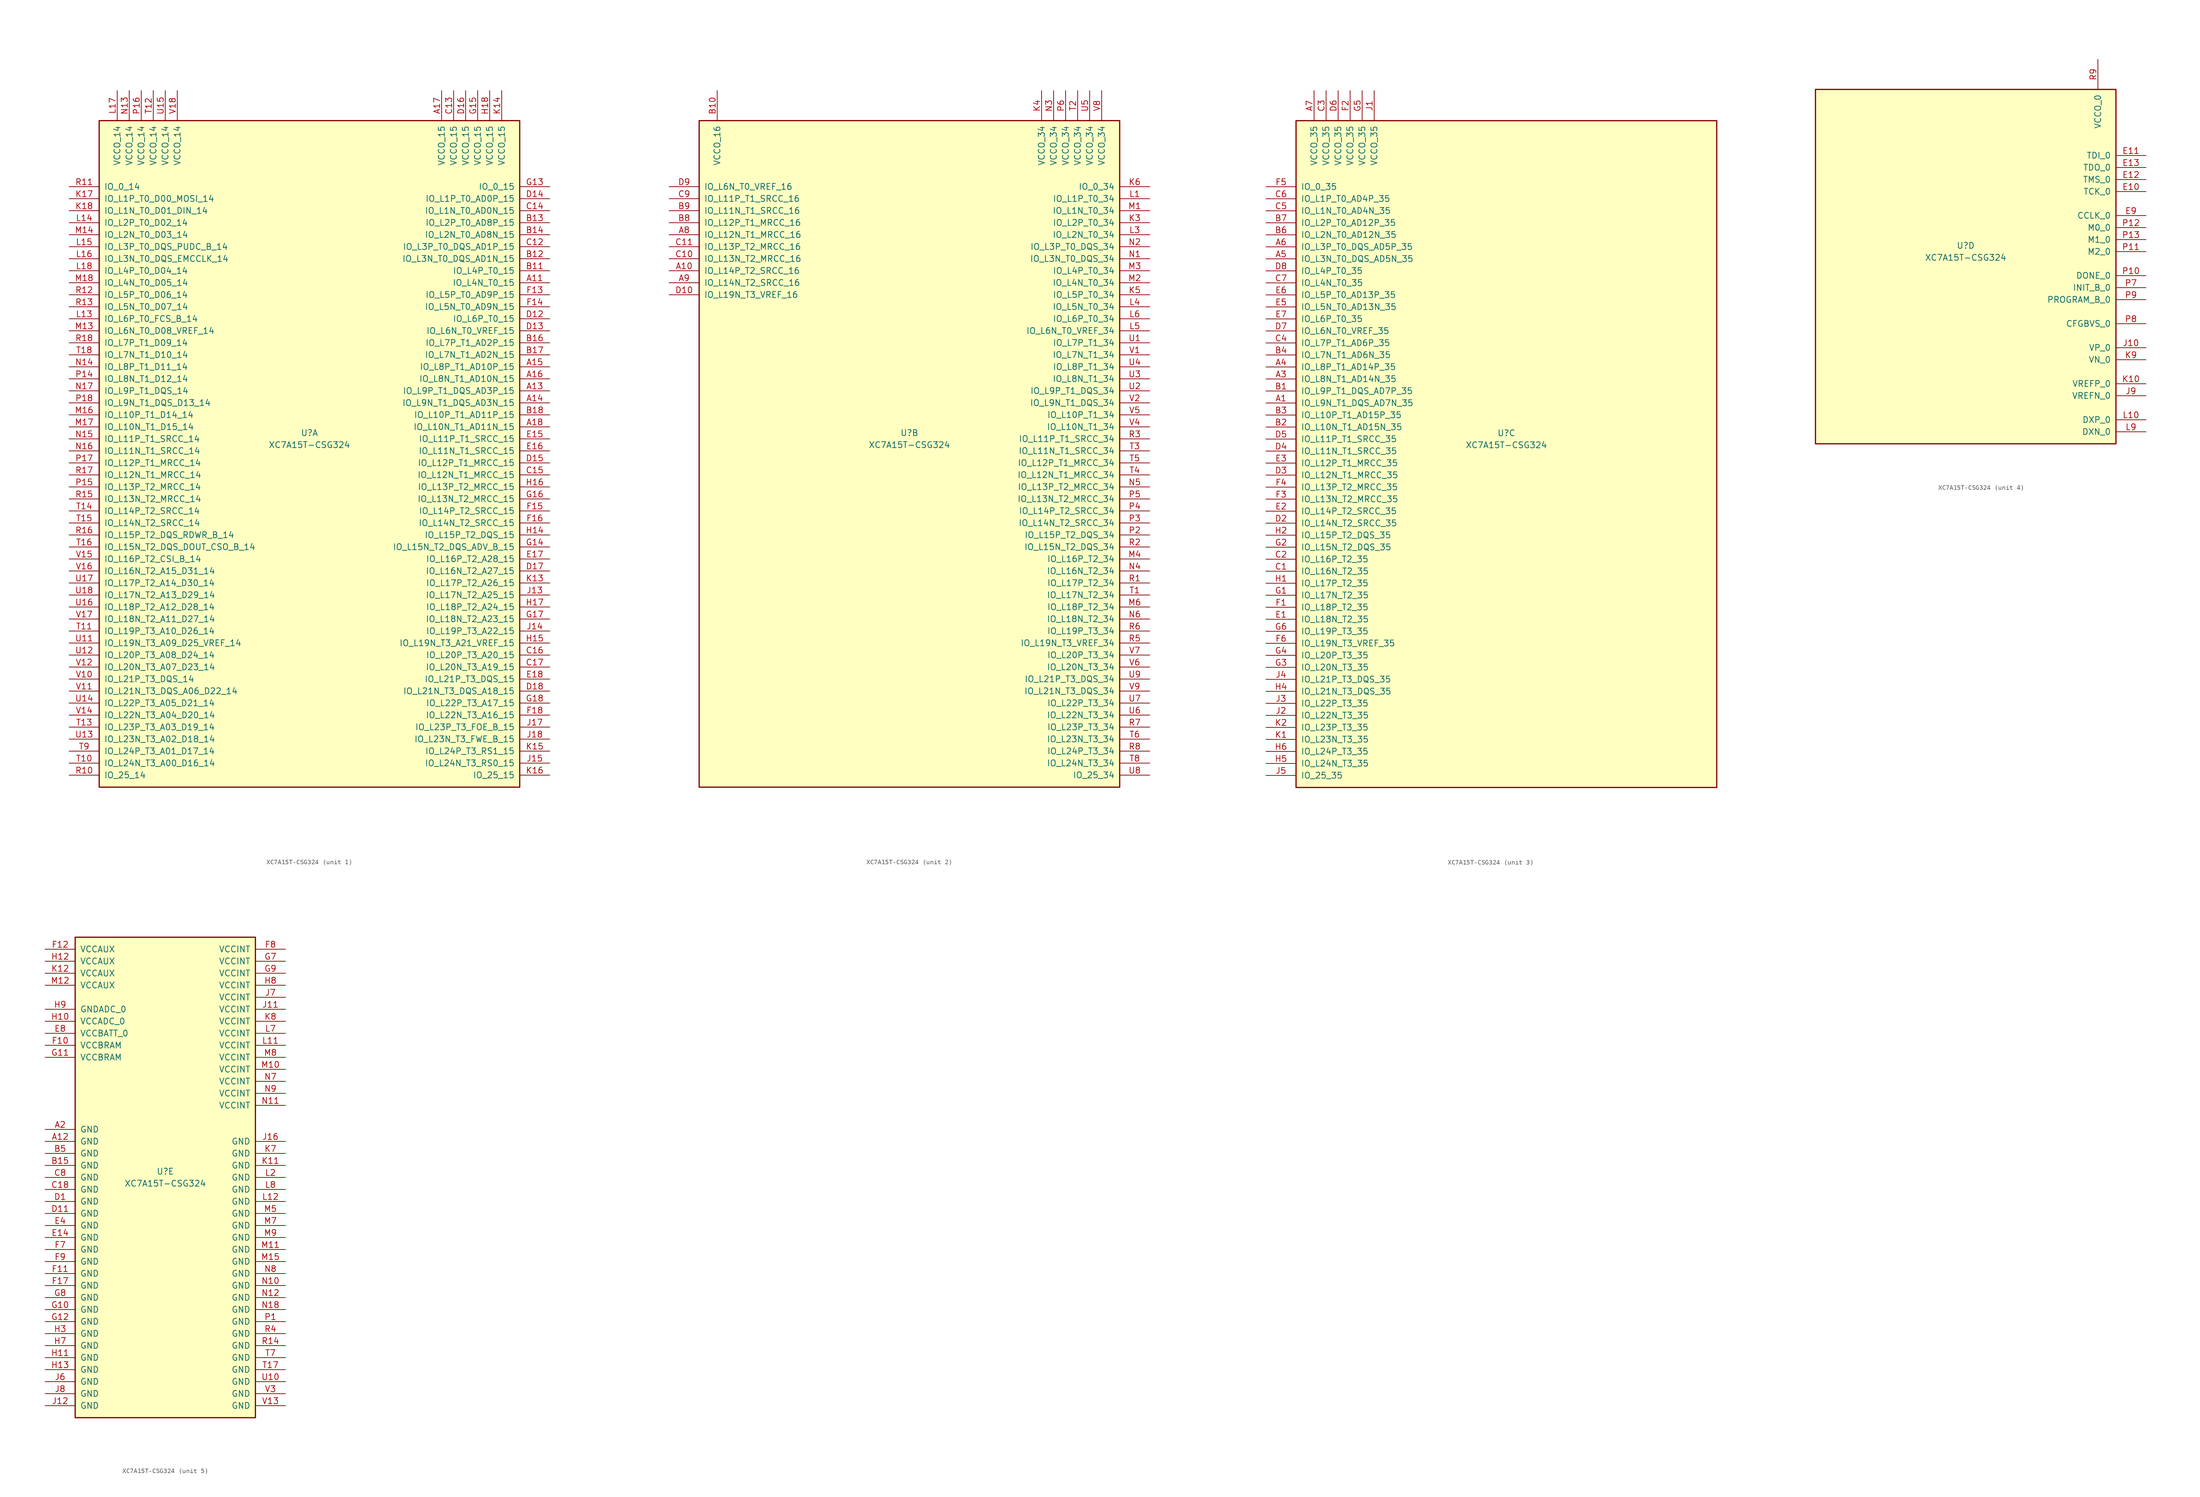
<source format=kicad_sym>
(kicad_symbol_lib
  (version 20201005)
  (generator kicad_symbol_editor)
  (symbol "XC7A15T-CSG324"
    (pin_names
      (offset 1.016))
    (property "Reference" "U"
      (at 0 1.27 0)
      (effects (font (size 1.27 1.27))))
    (property "Value" "XC7A15T-CSG324"
      (at 0 -1.27 0)
      (effects (font (size 1.27 1.27))))
    (property "Datasheet" ""
      (at 0 0 0)
      (effects (font (size 1.27 1.27))))
    (property "ki_locked" ""
      (at 0 0 0)
      (effects (font (size 1.27 1.27))))
    (symbol "XC7A15T-CSG324_1_1"
      (rectangle (start -44.45 67.31) (end 44.45 -73.66) (stroke (width 0.254)) (fill (type background)))
      (pin bidirectional line (at 50.8 33.02 180) (length 6.35) (name "IO_L4N_T0_15" (effects (font (size 1.27 1.27)))) (number "A11" (effects (font (size 1.27 1.27)))))
      (pin bidirectional line (at 50.8 10.16 180) (length 6.35) (name "IO_L9P_T1_DQS_AD3P_15" (effects (font (size 1.27 1.27)))) (number "A13" (effects (font (size 1.27 1.27)))))
      (pin bidirectional line (at 50.8 7.62 180) (length 6.35) (name "IO_L9N_T1_DQS_AD3N_15" (effects (font (size 1.27 1.27)))) (number "A14" (effects (font (size 1.27 1.27)))))
      (pin bidirectional line (at 50.8 15.24 180) (length 6.35) (name "IO_L8P_T1_AD10P_15" (effects (font (size 1.27 1.27)))) (number "A15" (effects (font (size 1.27 1.27)))))
      (pin bidirectional line (at 50.8 12.7 180) (length 6.35) (name "IO_L8N_T1_AD10N_15" (effects (font (size 1.27 1.27)))) (number "A16" (effects (font (size 1.27 1.27)))))
      (pin power_in line (at 27.94 73.66 270) (length 6.35) (name "VCCO_15" (effects (font (size 1.27 1.27)))) (number "A17" (effects (font (size 1.27 1.27)))))
      (pin bidirectional line (at 50.8 2.54 180) (length 6.35) (name "IO_L10N_T1_AD11N_15" (effects (font (size 1.27 1.27)))) (number "A18" (effects (font (size 1.27 1.27)))))
      (pin bidirectional line (at 50.8 35.56 180) (length 6.35) (name "IO_L4P_T0_15" (effects (font (size 1.27 1.27)))) (number "B11" (effects (font (size 1.27 1.27)))))
      (pin bidirectional line (at 50.8 38.1 180) (length 6.35) (name "IO_L3N_T0_DQS_AD1N_15" (effects (font (size 1.27 1.27)))) (number "B12" (effects (font (size 1.27 1.27)))))
      (pin bidirectional line (at 50.8 45.72 180) (length 6.35) (name "IO_L2P_T0_AD8P_15" (effects (font (size 1.27 1.27)))) (number "B13" (effects (font (size 1.27 1.27)))))
      (pin bidirectional line (at 50.8 43.18 180) (length 6.35) (name "IO_L2N_T0_AD8N_15" (effects (font (size 1.27 1.27)))) (number "B14" (effects (font (size 1.27 1.27)))))
      (pin bidirectional line (at 50.8 20.32 180) (length 6.35) (name "IO_L7P_T1_AD2P_15" (effects (font (size 1.27 1.27)))) (number "B16" (effects (font (size 1.27 1.27)))))
      (pin bidirectional line (at 50.8 17.78 180) (length 6.35) (name "IO_L7N_T1_AD2N_15" (effects (font (size 1.27 1.27)))) (number "B17" (effects (font (size 1.27 1.27)))))
      (pin bidirectional line (at 50.8 5.08 180) (length 6.35) (name "IO_L10P_T1_AD11P_15" (effects (font (size 1.27 1.27)))) (number "B18" (effects (font (size 1.27 1.27)))))
      (pin bidirectional line (at 50.8 40.64 180) (length 6.35) (name "IO_L3P_T0_DQS_AD1P_15" (effects (font (size 1.27 1.27)))) (number "C12" (effects (font (size 1.27 1.27)))))
      (pin power_in line (at 30.48 73.66 270) (length 6.35) (name "VCCO_15" (effects (font (size 1.27 1.27)))) (number "C13" (effects (font (size 1.27 1.27)))))
      (pin bidirectional line (at 50.8 48.26 180) (length 6.35) (name "IO_L1N_T0_AD0N_15" (effects (font (size 1.27 1.27)))) (number "C14" (effects (font (size 1.27 1.27)))))
      (pin bidirectional line (at 50.8 -7.62 180) (length 6.35) (name "IO_L12N_T1_MRCC_15" (effects (font (size 1.27 1.27)))) (number "C15" (effects (font (size 1.27 1.27)))))
      (pin bidirectional line (at 50.8 -45.72 180) (length 6.35) (name "IO_L20P_T3_A20_15" (effects (font (size 1.27 1.27)))) (number "C16" (effects (font (size 1.27 1.27)))))
      (pin bidirectional line (at 50.8 -48.26 180) (length 6.35) (name "IO_L20N_T3_A19_15" (effects (font (size 1.27 1.27)))) (number "C17" (effects (font (size 1.27 1.27)))))
      (pin bidirectional line (at 50.8 25.4 180) (length 6.35) (name "IO_L6P_T0_15" (effects (font (size 1.27 1.27)))) (number "D12" (effects (font (size 1.27 1.27)))))
      (pin bidirectional line (at 50.8 22.86 180) (length 6.35) (name "IO_L6N_T0_VREF_15" (effects (font (size 1.27 1.27)))) (number "D13" (effects (font (size 1.27 1.27)))))
      (pin bidirectional line (at 50.8 50.8 180) (length 6.35) (name "IO_L1P_T0_AD0P_15" (effects (font (size 1.27 1.27)))) (number "D14" (effects (font (size 1.27 1.27)))))
      (pin bidirectional line (at 50.8 -5.08 180) (length 6.35) (name "IO_L12P_T1_MRCC_15" (effects (font (size 1.27 1.27)))) (number "D15" (effects (font (size 1.27 1.27)))))
      (pin power_in line (at 33.02 73.66 270) (length 6.35) (name "VCCO_15" (effects (font (size 1.27 1.27)))) (number "D16" (effects (font (size 1.27 1.27)))))
      (pin bidirectional line (at 50.8 -27.94 180) (length 6.35) (name "IO_L16N_T2_A27_15" (effects (font (size 1.27 1.27)))) (number "D17" (effects (font (size 1.27 1.27)))))
      (pin bidirectional line (at 50.8 -53.34 180) (length 6.35) (name "IO_L21N_T3_DQS_A18_15" (effects (font (size 1.27 1.27)))) (number "D18" (effects (font (size 1.27 1.27)))))
      (pin bidirectional line (at 50.8 0 180) (length 6.35) (name "IO_L11P_T1_SRCC_15" (effects (font (size 1.27 1.27)))) (number "E15" (effects (font (size 1.27 1.27)))))
      (pin bidirectional line (at 50.8 -2.54 180) (length 6.35) (name "IO_L11N_T1_SRCC_15" (effects (font (size 1.27 1.27)))) (number "E16" (effects (font (size 1.27 1.27)))))
      (pin bidirectional line (at 50.8 -25.4 180) (length 6.35) (name "IO_L16P_T2_A28_15" (effects (font (size 1.27 1.27)))) (number "E17" (effects (font (size 1.27 1.27)))))
      (pin bidirectional line (at 50.8 -50.8 180) (length 6.35) (name "IO_L21P_T3_DQS_15" (effects (font (size 1.27 1.27)))) (number "E18" (effects (font (size 1.27 1.27)))))
      (pin bidirectional line (at 50.8 30.48 180) (length 6.35) (name "IO_L5P_T0_AD9P_15" (effects (font (size 1.27 1.27)))) (number "F13" (effects (font (size 1.27 1.27)))))
      (pin bidirectional line (at 50.8 27.94 180) (length 6.35) (name "IO_L5N_T0_AD9N_15" (effects (font (size 1.27 1.27)))) (number "F14" (effects (font (size 1.27 1.27)))))
      (pin bidirectional line (at 50.8 -15.24 180) (length 6.35) (name "IO_L14P_T2_SRCC_15" (effects (font (size 1.27 1.27)))) (number "F15" (effects (font (size 1.27 1.27)))))
      (pin bidirectional line (at 50.8 -17.78 180) (length 6.35) (name "IO_L14N_T2_SRCC_15" (effects (font (size 1.27 1.27)))) (number "F16" (effects (font (size 1.27 1.27)))))
      (pin bidirectional line (at 50.8 -58.42 180) (length 6.35) (name "IO_L22N_T3_A16_15" (effects (font (size 1.27 1.27)))) (number "F18" (effects (font (size 1.27 1.27)))))
      (pin bidirectional line (at 50.8 53.34 180) (length 6.35) (name "IO_0_15" (effects (font (size 1.27 1.27)))) (number "G13" (effects (font (size 1.27 1.27)))))
      (pin bidirectional line (at 50.8 -22.86 180) (length 6.35) (name "IO_L15N_T2_DQS_ADV_B_15" (effects (font (size 1.27 1.27)))) (number "G14" (effects (font (size 1.27 1.27)))))
      (pin power_in line (at 35.56 73.66 270) (length 6.35) (name "VCCO_15" (effects (font (size 1.27 1.27)))) (number "G15" (effects (font (size 1.27 1.27)))))
      (pin bidirectional line (at 50.8 -12.7 180) (length 6.35) (name "IO_L13N_T2_MRCC_15" (effects (font (size 1.27 1.27)))) (number "G16" (effects (font (size 1.27 1.27)))))
      (pin bidirectional line (at 50.8 -38.1 180) (length 6.35) (name "IO_L18N_T2_A23_15" (effects (font (size 1.27 1.27)))) (number "G17" (effects (font (size 1.27 1.27)))))
      (pin bidirectional line (at 50.8 -55.88 180) (length 6.35) (name "IO_L22P_T3_A17_15" (effects (font (size 1.27 1.27)))) (number "G18" (effects (font (size 1.27 1.27)))))
      (pin bidirectional line (at 50.8 -20.32 180) (length 6.35) (name "IO_L15P_T2_DQS_15" (effects (font (size 1.27 1.27)))) (number "H14" (effects (font (size 1.27 1.27)))))
      (pin bidirectional line (at 50.8 -43.18 180) (length 6.35) (name "IO_L19N_T3_A21_VREF_15" (effects (font (size 1.27 1.27)))) (number "H15" (effects (font (size 1.27 1.27)))))
      (pin bidirectional line (at 50.8 -10.16 180) (length 6.35) (name "IO_L13P_T2_MRCC_15" (effects (font (size 1.27 1.27)))) (number "H16" (effects (font (size 1.27 1.27)))))
      (pin bidirectional line (at 50.8 -35.56 180) (length 6.35) (name "IO_L18P_T2_A24_15" (effects (font (size 1.27 1.27)))) (number "H17" (effects (font (size 1.27 1.27)))))
      (pin power_in line (at 38.1 73.66 270) (length 6.35) (name "VCCO_15" (effects (font (size 1.27 1.27)))) (number "H18" (effects (font (size 1.27 1.27)))))
      (pin bidirectional line (at 50.8 -33.02 180) (length 6.35) (name "IO_L17N_T2_A25_15" (effects (font (size 1.27 1.27)))) (number "J13" (effects (font (size 1.27 1.27)))))
      (pin bidirectional line (at 50.8 -40.64 180) (length 6.35) (name "IO_L19P_T3_A22_15" (effects (font (size 1.27 1.27)))) (number "J14" (effects (font (size 1.27 1.27)))))
      (pin bidirectional line (at 50.8 -68.58 180) (length 6.35) (name "IO_L24N_T3_RS0_15" (effects (font (size 1.27 1.27)))) (number "J15" (effects (font (size 1.27 1.27)))))
      (pin bidirectional line (at 50.8 -60.96 180) (length 6.35) (name "IO_L23P_T3_FOE_B_15" (effects (font (size 1.27 1.27)))) (number "J17" (effects (font (size 1.27 1.27)))))
      (pin bidirectional line (at 50.8 -63.5 180) (length 6.35) (name "IO_L23N_T3_FWE_B_15" (effects (font (size 1.27 1.27)))) (number "J18" (effects (font (size 1.27 1.27)))))
      (pin bidirectional line (at 50.8 -30.48 180) (length 6.35) (name "IO_L17P_T2_A26_15" (effects (font (size 1.27 1.27)))) (number "K13" (effects (font (size 1.27 1.27)))))
      (pin power_in line (at 40.64 73.66 270) (length 6.35) (name "VCCO_15" (effects (font (size 1.27 1.27)))) (number "K14" (effects (font (size 1.27 1.27)))))
      (pin bidirectional line (at 50.8 -66.04 180) (length 6.35) (name "IO_L24P_T3_RS1_15" (effects (font (size 1.27 1.27)))) (number "K15" (effects (font (size 1.27 1.27)))))
      (pin bidirectional line (at 50.8 -71.12 180) (length 6.35) (name "IO_25_15" (effects (font (size 1.27 1.27)))) (number "K16" (effects (font (size 1.27 1.27)))))
      (pin bidirectional line (at -50.8 50.8 0) (length 6.35) (name "IO_L1P_T0_D00_MOSI_14" (effects (font (size 1.27 1.27)))) (number "K17" (effects (font (size 1.27 1.27)))))
      (pin bidirectional line (at -50.8 48.26 0) (length 6.35) (name "IO_L1N_T0_D01_DIN_14" (effects (font (size 1.27 1.27)))) (number "K18" (effects (font (size 1.27 1.27)))))
      (pin bidirectional line (at -50.8 25.4 0) (length 6.35) (name "IO_L6P_T0_FCS_B_14" (effects (font (size 1.27 1.27)))) (number "L13" (effects (font (size 1.27 1.27)))))
      (pin bidirectional line (at -50.8 45.72 0) (length 6.35) (name "IO_L2P_T0_D02_14" (effects (font (size 1.27 1.27)))) (number "L14" (effects (font (size 1.27 1.27)))))
      (pin bidirectional line (at -50.8 40.64 0) (length 6.35) (name "IO_L3P_T0_DQS_PUDC_B_14" (effects (font (size 1.27 1.27)))) (number "L15" (effects (font (size 1.27 1.27)))))
      (pin bidirectional line (at -50.8 38.1 0) (length 6.35) (name "IO_L3N_T0_DQS_EMCCLK_14" (effects (font (size 1.27 1.27)))) (number "L16" (effects (font (size 1.27 1.27)))))
      (pin power_in line (at -40.64 73.66 270) (length 6.35) (name "VCCO_14" (effects (font (size 1.27 1.27)))) (number "L17" (effects (font (size 1.27 1.27)))))
      (pin bidirectional line (at -50.8 35.56 0) (length 6.35) (name "IO_L4P_T0_D04_14" (effects (font (size 1.27 1.27)))) (number "L18" (effects (font (size 1.27 1.27)))))
      (pin bidirectional line (at -50.8 22.86 0) (length 6.35) (name "IO_L6N_T0_D08_VREF_14" (effects (font (size 1.27 1.27)))) (number "M13" (effects (font (size 1.27 1.27)))))
      (pin bidirectional line (at -50.8 43.18 0) (length 6.35) (name "IO_L2N_T0_D03_14" (effects (font (size 1.27 1.27)))) (number "M14" (effects (font (size 1.27 1.27)))))
      (pin bidirectional line (at -50.8 5.08 0) (length 6.35) (name "IO_L10P_T1_D14_14" (effects (font (size 1.27 1.27)))) (number "M16" (effects (font (size 1.27 1.27)))))
      (pin bidirectional line (at -50.8 2.54 0) (length 6.35) (name "IO_L10N_T1_D15_14" (effects (font (size 1.27 1.27)))) (number "M17" (effects (font (size 1.27 1.27)))))
      (pin bidirectional line (at -50.8 33.02 0) (length 6.35) (name "IO_L4N_T0_D05_14" (effects (font (size 1.27 1.27)))) (number "M18" (effects (font (size 1.27 1.27)))))
      (pin power_in line (at -38.1 73.66 270) (length 6.35) (name "VCCO_14" (effects (font (size 1.27 1.27)))) (number "N13" (effects (font (size 1.27 1.27)))))
      (pin bidirectional line (at -50.8 15.24 0) (length 6.35) (name "IO_L8P_T1_D11_14" (effects (font (size 1.27 1.27)))) (number "N14" (effects (font (size 1.27 1.27)))))
      (pin bidirectional line (at -50.8 0 0) (length 6.35) (name "IO_L11P_T1_SRCC_14" (effects (font (size 1.27 1.27)))) (number "N15" (effects (font (size 1.27 1.27)))))
      (pin bidirectional line (at -50.8 -2.54 0) (length 6.35) (name "IO_L11N_T1_SRCC_14" (effects (font (size 1.27 1.27)))) (number "N16" (effects (font (size 1.27 1.27)))))
      (pin bidirectional line (at -50.8 10.16 0) (length 6.35) (name "IO_L9P_T1_DQS_14" (effects (font (size 1.27 1.27)))) (number "N17" (effects (font (size 1.27 1.27)))))
      (pin bidirectional line (at -50.8 12.7 0) (length 6.35) (name "IO_L8N_T1_D12_14" (effects (font (size 1.27 1.27)))) (number "P14" (effects (font (size 1.27 1.27)))))
      (pin bidirectional line (at -50.8 -10.16 0) (length 6.35) (name "IO_L13P_T2_MRCC_14" (effects (font (size 1.27 1.27)))) (number "P15" (effects (font (size 1.27 1.27)))))
      (pin power_in line (at -35.56 73.66 270) (length 6.35) (name "VCCO_14" (effects (font (size 1.27 1.27)))) (number "P16" (effects (font (size 1.27 1.27)))))
      (pin bidirectional line (at -50.8 -5.08 0) (length 6.35) (name "IO_L12P_T1_MRCC_14" (effects (font (size 1.27 1.27)))) (number "P17" (effects (font (size 1.27 1.27)))))
      (pin bidirectional line (at -50.8 7.62 0) (length 6.35) (name "IO_L9N_T1_DQS_D13_14" (effects (font (size 1.27 1.27)))) (number "P18" (effects (font (size 1.27 1.27)))))
      (pin bidirectional line (at -50.8 -71.12 0) (length 6.35) (name "IO_25_14" (effects (font (size 1.27 1.27)))) (number "R10" (effects (font (size 1.27 1.27)))))
      (pin bidirectional line (at -50.8 53.34 0) (length 6.35) (name "IO_0_14" (effects (font (size 1.27 1.27)))) (number "R11" (effects (font (size 1.27 1.27)))))
      (pin bidirectional line (at -50.8 30.48 0) (length 6.35) (name "IO_L5P_T0_D06_14" (effects (font (size 1.27 1.27)))) (number "R12" (effects (font (size 1.27 1.27)))))
      (pin bidirectional line (at -50.8 27.94 0) (length 6.35) (name "IO_L5N_T0_D07_14" (effects (font (size 1.27 1.27)))) (number "R13" (effects (font (size 1.27 1.27)))))
      (pin bidirectional line (at -50.8 -12.7 0) (length 6.35) (name "IO_L13N_T2_MRCC_14" (effects (font (size 1.27 1.27)))) (number "R15" (effects (font (size 1.27 1.27)))))
      (pin bidirectional line (at -50.8 -20.32 0) (length 6.35) (name "IO_L15P_T2_DQS_RDWR_B_14" (effects (font (size 1.27 1.27)))) (number "R16" (effects (font (size 1.27 1.27)))))
      (pin bidirectional line (at -50.8 -7.62 0) (length 6.35) (name "IO_L12N_T1_MRCC_14" (effects (font (size 1.27 1.27)))) (number "R17" (effects (font (size 1.27 1.27)))))
      (pin bidirectional line (at -50.8 20.32 0) (length 6.35) (name "IO_L7P_T1_D09_14" (effects (font (size 1.27 1.27)))) (number "R18" (effects (font (size 1.27 1.27)))))
      (pin bidirectional line (at -50.8 -68.58 0) (length 6.35) (name "IO_L24N_T3_A00_D16_14" (effects (font (size 1.27 1.27)))) (number "T10" (effects (font (size 1.27 1.27)))))
      (pin bidirectional line (at -50.8 -40.64 0) (length 6.35) (name "IO_L19P_T3_A10_D26_14" (effects (font (size 1.27 1.27)))) (number "T11" (effects (font (size 1.27 1.27)))))
      (pin power_in line (at -33.02 73.66 270) (length 6.35) (name "VCCO_14" (effects (font (size 1.27 1.27)))) (number "T12" (effects (font (size 1.27 1.27)))))
      (pin bidirectional line (at -50.8 -60.96 0) (length 6.35) (name "IO_L23P_T3_A03_D19_14" (effects (font (size 1.27 1.27)))) (number "T13" (effects (font (size 1.27 1.27)))))
      (pin bidirectional line (at -50.8 -15.24 0) (length 6.35) (name "IO_L14P_T2_SRCC_14" (effects (font (size 1.27 1.27)))) (number "T14" (effects (font (size 1.27 1.27)))))
      (pin bidirectional line (at -50.8 -17.78 0) (length 6.35) (name "IO_L14N_T2_SRCC_14" (effects (font (size 1.27 1.27)))) (number "T15" (effects (font (size 1.27 1.27)))))
      (pin bidirectional line (at -50.8 -22.86 0) (length 6.35) (name "IO_L15N_T2_DQS_DOUT_CSO_B_14" (effects (font (size 1.27 1.27)))) (number "T16" (effects (font (size 1.27 1.27)))))
      (pin bidirectional line (at -50.8 17.78 0) (length 6.35) (name "IO_L7N_T1_D10_14" (effects (font (size 1.27 1.27)))) (number "T18" (effects (font (size 1.27 1.27)))))
      (pin bidirectional line (at -50.8 -66.04 0) (length 6.35) (name "IO_L24P_T3_A01_D17_14" (effects (font (size 1.27 1.27)))) (number "T9" (effects (font (size 1.27 1.27)))))
      (pin bidirectional line (at -50.8 -43.18 0) (length 6.35) (name "IO_L19N_T3_A09_D25_VREF_14" (effects (font (size 1.27 1.27)))) (number "U11" (effects (font (size 1.27 1.27)))))
      (pin bidirectional line (at -50.8 -45.72 0) (length 6.35) (name "IO_L20P_T3_A08_D24_14" (effects (font (size 1.27 1.27)))) (number "U12" (effects (font (size 1.27 1.27)))))
      (pin bidirectional line (at -50.8 -63.5 0) (length 6.35) (name "IO_L23N_T3_A02_D18_14" (effects (font (size 1.27 1.27)))) (number "U13" (effects (font (size 1.27 1.27)))))
      (pin bidirectional line (at -50.8 -55.88 0) (length 6.35) (name "IO_L22P_T3_A05_D21_14" (effects (font (size 1.27 1.27)))) (number "U14" (effects (font (size 1.27 1.27)))))
      (pin power_in line (at -30.48 73.66 270) (length 6.35) (name "VCCO_14" (effects (font (size 1.27 1.27)))) (number "U15" (effects (font (size 1.27 1.27)))))
      (pin bidirectional line (at -50.8 -35.56 0) (length 6.35) (name "IO_L18P_T2_A12_D28_14" (effects (font (size 1.27 1.27)))) (number "U16" (effects (font (size 1.27 1.27)))))
      (pin bidirectional line (at -50.8 -30.48 0) (length 6.35) (name "IO_L17P_T2_A14_D30_14" (effects (font (size 1.27 1.27)))) (number "U17" (effects (font (size 1.27 1.27)))))
      (pin bidirectional line (at -50.8 -33.02 0) (length 6.35) (name "IO_L17N_T2_A13_D29_14" (effects (font (size 1.27 1.27)))) (number "U18" (effects (font (size 1.27 1.27)))))
      (pin bidirectional line (at -50.8 -50.8 0) (length 6.35) (name "IO_L21P_T3_DQS_14" (effects (font (size 1.27 1.27)))) (number "V10" (effects (font (size 1.27 1.27)))))
      (pin bidirectional line (at -50.8 -53.34 0) (length 6.35) (name "IO_L21N_T3_DQS_A06_D22_14" (effects (font (size 1.27 1.27)))) (number "V11" (effects (font (size 1.27 1.27)))))
      (pin bidirectional line (at -50.8 -48.26 0) (length 6.35) (name "IO_L20N_T3_A07_D23_14" (effects (font (size 1.27 1.27)))) (number "V12" (effects (font (size 1.27 1.27)))))
      (pin bidirectional line (at -50.8 -58.42 0) (length 6.35) (name "IO_L22N_T3_A04_D20_14" (effects (font (size 1.27 1.27)))) (number "V14" (effects (font (size 1.27 1.27)))))
      (pin bidirectional line (at -50.8 -25.4 0) (length 6.35) (name "IO_L16P_T2_CSI_B_14" (effects (font (size 1.27 1.27)))) (number "V15" (effects (font (size 1.27 1.27)))))
      (pin bidirectional line (at -50.8 -27.94 0) (length 6.35) (name "IO_L16N_T2_A15_D31_14" (effects (font (size 1.27 1.27)))) (number "V16" (effects (font (size 1.27 1.27)))))
      (pin bidirectional line (at -50.8 -38.1 0) (length 6.35) (name "IO_L18N_T2_A11_D27_14" (effects (font (size 1.27 1.27)))) (number "V17" (effects (font (size 1.27 1.27)))))
      (pin power_in line (at -27.94 73.66 270) (length 6.35) (name "VCCO_14" (effects (font (size 1.27 1.27)))) (number "V18" (effects (font (size 1.27 1.27))))))
    (symbol "XC7A15T-CSG324_2_1"
      (rectangle (start -44.45 67.31) (end 44.45 -73.66) (stroke (width 0.254)) (fill (type background)))
      (pin bidirectional line (at -50.8 35.56 0) (length 6.35) (name "IO_L14P_T2_SRCC_16" (effects (font (size 1.27 1.27)))) (number "A10" (effects (font (size 1.27 1.27)))))
      (pin bidirectional line (at -50.8 43.18 0) (length 6.35) (name "IO_L12N_T1_MRCC_16" (effects (font (size 1.27 1.27)))) (number "A8" (effects (font (size 1.27 1.27)))))
      (pin bidirectional line (at -50.8 33.02 0) (length 6.35) (name "IO_L14N_T2_SRCC_16" (effects (font (size 1.27 1.27)))) (number "A9" (effects (font (size 1.27 1.27)))))
      (pin power_in line (at -40.64 73.66 270) (length 6.35) (name "VCCO_16" (effects (font (size 1.27 1.27)))) (number "B10" (effects (font (size 1.27 1.27)))))
      (pin bidirectional line (at -50.8 45.72 0) (length 6.35) (name "IO_L12P_T1_MRCC_16" (effects (font (size 1.27 1.27)))) (number "B8" (effects (font (size 1.27 1.27)))))
      (pin bidirectional line (at -50.8 48.26 0) (length 6.35) (name "IO_L11N_T1_SRCC_16" (effects (font (size 1.27 1.27)))) (number "B9" (effects (font (size 1.27 1.27)))))
      (pin bidirectional line (at -50.8 38.1 0) (length 6.35) (name "IO_L13N_T2_MRCC_16" (effects (font (size 1.27 1.27)))) (number "C10" (effects (font (size 1.27 1.27)))))
      (pin bidirectional line (at -50.8 40.64 0) (length 6.35) (name "IO_L13P_T2_MRCC_16" (effects (font (size 1.27 1.27)))) (number "C11" (effects (font (size 1.27 1.27)))))
      (pin bidirectional line (at -50.8 50.8 0) (length 6.35) (name "IO_L11P_T1_SRCC_16" (effects (font (size 1.27 1.27)))) (number "C9" (effects (font (size 1.27 1.27)))))
      (pin bidirectional line (at -50.8 30.48 0) (length 6.35) (name "IO_L19N_T3_VREF_16" (effects (font (size 1.27 1.27)))) (number "D10" (effects (font (size 1.27 1.27)))))
      (pin bidirectional line (at -50.8 53.34 0) (length 6.35) (name "IO_L6N_T0_VREF_16" (effects (font (size 1.27 1.27)))) (number "D9" (effects (font (size 1.27 1.27)))))
      (pin bidirectional line (at 50.8 45.72 180) (length 6.35) (name "IO_L2P_T0_34" (effects (font (size 1.27 1.27)))) (number "K3" (effects (font (size 1.27 1.27)))))
      (pin power_in line (at 27.94 73.66 270) (length 6.35) (name "VCCO_34" (effects (font (size 1.27 1.27)))) (number "K4" (effects (font (size 1.27 1.27)))))
      (pin bidirectional line (at 50.8 30.48 180) (length 6.35) (name "IO_L5P_T0_34" (effects (font (size 1.27 1.27)))) (number "K5" (effects (font (size 1.27 1.27)))))
      (pin bidirectional line (at 50.8 53.34 180) (length 6.35) (name "IO_0_34" (effects (font (size 1.27 1.27)))) (number "K6" (effects (font (size 1.27 1.27)))))
      (pin bidirectional line (at 50.8 50.8 180) (length 6.35) (name "IO_L1P_T0_34" (effects (font (size 1.27 1.27)))) (number "L1" (effects (font (size 1.27 1.27)))))
      (pin bidirectional line (at 50.8 43.18 180) (length 6.35) (name "IO_L2N_T0_34" (effects (font (size 1.27 1.27)))) (number "L3" (effects (font (size 1.27 1.27)))))
      (pin bidirectional line (at 50.8 27.94 180) (length 6.35) (name "IO_L5N_T0_34" (effects (font (size 1.27 1.27)))) (number "L4" (effects (font (size 1.27 1.27)))))
      (pin bidirectional line (at 50.8 22.86 180) (length 6.35) (name "IO_L6N_T0_VREF_34" (effects (font (size 1.27 1.27)))) (number "L5" (effects (font (size 1.27 1.27)))))
      (pin bidirectional line (at 50.8 25.4 180) (length 6.35) (name "IO_L6P_T0_34" (effects (font (size 1.27 1.27)))) (number "L6" (effects (font (size 1.27 1.27)))))
      (pin bidirectional line (at 50.8 48.26 180) (length 6.35) (name "IO_L1N_T0_34" (effects (font (size 1.27 1.27)))) (number "M1" (effects (font (size 1.27 1.27)))))
      (pin bidirectional line (at 50.8 33.02 180) (length 6.35) (name "IO_L4N_T0_34" (effects (font (size 1.27 1.27)))) (number "M2" (effects (font (size 1.27 1.27)))))
      (pin bidirectional line (at 50.8 35.56 180) (length 6.35) (name "IO_L4P_T0_34" (effects (font (size 1.27 1.27)))) (number "M3" (effects (font (size 1.27 1.27)))))
      (pin bidirectional line (at 50.8 -25.4 180) (length 6.35) (name "IO_L16P_T2_34" (effects (font (size 1.27 1.27)))) (number "M4" (effects (font (size 1.27 1.27)))))
      (pin bidirectional line (at 50.8 -35.56 180) (length 6.35) (name "IO_L18P_T2_34" (effects (font (size 1.27 1.27)))) (number "M6" (effects (font (size 1.27 1.27)))))
      (pin bidirectional line (at 50.8 38.1 180) (length 6.35) (name "IO_L3N_T0_DQS_34" (effects (font (size 1.27 1.27)))) (number "N1" (effects (font (size 1.27 1.27)))))
      (pin bidirectional line (at 50.8 40.64 180) (length 6.35) (name "IO_L3P_T0_DQS_34" (effects (font (size 1.27 1.27)))) (number "N2" (effects (font (size 1.27 1.27)))))
      (pin power_in line (at 30.48 73.66 270) (length 6.35) (name "VCCO_34" (effects (font (size 1.27 1.27)))) (number "N3" (effects (font (size 1.27 1.27)))))
      (pin bidirectional line (at 50.8 -27.94 180) (length 6.35) (name "IO_L16N_T2_34" (effects (font (size 1.27 1.27)))) (number "N4" (effects (font (size 1.27 1.27)))))
      (pin bidirectional line (at 50.8 -10.16 180) (length 6.35) (name "IO_L13P_T2_MRCC_34" (effects (font (size 1.27 1.27)))) (number "N5" (effects (font (size 1.27 1.27)))))
      (pin bidirectional line (at 50.8 -38.1 180) (length 6.35) (name "IO_L18N_T2_34" (effects (font (size 1.27 1.27)))) (number "N6" (effects (font (size 1.27 1.27)))))
      (pin bidirectional line (at 50.8 -20.32 180) (length 6.35) (name "IO_L15P_T2_DQS_34" (effects (font (size 1.27 1.27)))) (number "P2" (effects (font (size 1.27 1.27)))))
      (pin bidirectional line (at 50.8 -17.78 180) (length 6.35) (name "IO_L14N_T2_SRCC_34" (effects (font (size 1.27 1.27)))) (number "P3" (effects (font (size 1.27 1.27)))))
      (pin bidirectional line (at 50.8 -15.24 180) (length 6.35) (name "IO_L14P_T2_SRCC_34" (effects (font (size 1.27 1.27)))) (number "P4" (effects (font (size 1.27 1.27)))))
      (pin bidirectional line (at 50.8 -12.7 180) (length 6.35) (name "IO_L13N_T2_MRCC_34" (effects (font (size 1.27 1.27)))) (number "P5" (effects (font (size 1.27 1.27)))))
      (pin power_in line (at 33.02 73.66 270) (length 6.35) (name "VCCO_34" (effects (font (size 1.27 1.27)))) (number "P6" (effects (font (size 1.27 1.27)))))
      (pin bidirectional line (at 50.8 -30.48 180) (length 6.35) (name "IO_L17P_T2_34" (effects (font (size 1.27 1.27)))) (number "R1" (effects (font (size 1.27 1.27)))))
      (pin bidirectional line (at 50.8 -22.86 180) (length 6.35) (name "IO_L15N_T2_DQS_34" (effects (font (size 1.27 1.27)))) (number "R2" (effects (font (size 1.27 1.27)))))
      (pin bidirectional line (at 50.8 0 180) (length 6.35) (name "IO_L11P_T1_SRCC_34" (effects (font (size 1.27 1.27)))) (number "R3" (effects (font (size 1.27 1.27)))))
      (pin bidirectional line (at 50.8 -43.18 180) (length 6.35) (name "IO_L19N_T3_VREF_34" (effects (font (size 1.27 1.27)))) (number "R5" (effects (font (size 1.27 1.27)))))
      (pin bidirectional line (at 50.8 -40.64 180) (length 6.35) (name "IO_L19P_T3_34" (effects (font (size 1.27 1.27)))) (number "R6" (effects (font (size 1.27 1.27)))))
      (pin bidirectional line (at 50.8 -60.96 180) (length 6.35) (name "IO_L23P_T3_34" (effects (font (size 1.27 1.27)))) (number "R7" (effects (font (size 1.27 1.27)))))
      (pin bidirectional line (at 50.8 -66.04 180) (length 6.35) (name "IO_L24P_T3_34" (effects (font (size 1.27 1.27)))) (number "R8" (effects (font (size 1.27 1.27)))))
      (pin bidirectional line (at 50.8 -33.02 180) (length 6.35) (name "IO_L17N_T2_34" (effects (font (size 1.27 1.27)))) (number "T1" (effects (font (size 1.27 1.27)))))
      (pin power_in line (at 35.56 73.66 270) (length 6.35) (name "VCCO_34" (effects (font (size 1.27 1.27)))) (number "T2" (effects (font (size 1.27 1.27)))))
      (pin bidirectional line (at 50.8 -2.54 180) (length 6.35) (name "IO_L11N_T1_SRCC_34" (effects (font (size 1.27 1.27)))) (number "T3" (effects (font (size 1.27 1.27)))))
      (pin bidirectional line (at 50.8 -7.62 180) (length 6.35) (name "IO_L12N_T1_MRCC_34" (effects (font (size 1.27 1.27)))) (number "T4" (effects (font (size 1.27 1.27)))))
      (pin bidirectional line (at 50.8 -5.08 180) (length 6.35) (name "IO_L12P_T1_MRCC_34" (effects (font (size 1.27 1.27)))) (number "T5" (effects (font (size 1.27 1.27)))))
      (pin bidirectional line (at 50.8 -63.5 180) (length 6.35) (name "IO_L23N_T3_34" (effects (font (size 1.27 1.27)))) (number "T6" (effects (font (size 1.27 1.27)))))
      (pin bidirectional line (at 50.8 -68.58 180) (length 6.35) (name "IO_L24N_T3_34" (effects (font (size 1.27 1.27)))) (number "T8" (effects (font (size 1.27 1.27)))))
      (pin bidirectional line (at 50.8 20.32 180) (length 6.35) (name "IO_L7P_T1_34" (effects (font (size 1.27 1.27)))) (number "U1" (effects (font (size 1.27 1.27)))))
      (pin bidirectional line (at 50.8 10.16 180) (length 6.35) (name "IO_L9P_T1_DQS_34" (effects (font (size 1.27 1.27)))) (number "U2" (effects (font (size 1.27 1.27)))))
      (pin bidirectional line (at 50.8 12.7 180) (length 6.35) (name "IO_L8N_T1_34" (effects (font (size 1.27 1.27)))) (number "U3" (effects (font (size 1.27 1.27)))))
      (pin bidirectional line (at 50.8 15.24 180) (length 6.35) (name "IO_L8P_T1_34" (effects (font (size 1.27 1.27)))) (number "U4" (effects (font (size 1.27 1.27)))))
      (pin power_in line (at 38.1 73.66 270) (length 6.35) (name "VCCO_34" (effects (font (size 1.27 1.27)))) (number "U5" (effects (font (size 1.27 1.27)))))
      (pin bidirectional line (at 50.8 -58.42 180) (length 6.35) (name "IO_L22N_T3_34" (effects (font (size 1.27 1.27)))) (number "U6" (effects (font (size 1.27 1.27)))))
      (pin bidirectional line (at 50.8 -55.88 180) (length 6.35) (name "IO_L22P_T3_34" (effects (font (size 1.27 1.27)))) (number "U7" (effects (font (size 1.27 1.27)))))
      (pin bidirectional line (at 50.8 -71.12 180) (length 6.35) (name "IO_25_34" (effects (font (size 1.27 1.27)))) (number "U8" (effects (font (size 1.27 1.27)))))
      (pin bidirectional line (at 50.8 -50.8 180) (length 6.35) (name "IO_L21P_T3_DQS_34" (effects (font (size 1.27 1.27)))) (number "U9" (effects (font (size 1.27 1.27)))))
      (pin bidirectional line (at 50.8 17.78 180) (length 6.35) (name "IO_L7N_T1_34" (effects (font (size 1.27 1.27)))) (number "V1" (effects (font (size 1.27 1.27)))))
      (pin bidirectional line (at 50.8 7.62 180) (length 6.35) (name "IO_L9N_T1_DQS_34" (effects (font (size 1.27 1.27)))) (number "V2" (effects (font (size 1.27 1.27)))))
      (pin bidirectional line (at 50.8 2.54 180) (length 6.35) (name "IO_L10N_T1_34" (effects (font (size 1.27 1.27)))) (number "V4" (effects (font (size 1.27 1.27)))))
      (pin bidirectional line (at 50.8 5.08 180) (length 6.35) (name "IO_L10P_T1_34" (effects (font (size 1.27 1.27)))) (number "V5" (effects (font (size 1.27 1.27)))))
      (pin bidirectional line (at 50.8 -48.26 180) (length 6.35) (name "IO_L20N_T3_34" (effects (font (size 1.27 1.27)))) (number "V6" (effects (font (size 1.27 1.27)))))
      (pin bidirectional line (at 50.8 -45.72 180) (length 6.35) (name "IO_L20P_T3_34" (effects (font (size 1.27 1.27)))) (number "V7" (effects (font (size 1.27 1.27)))))
      (pin power_in line (at 40.64 73.66 270) (length 6.35) (name "VCCO_34" (effects (font (size 1.27 1.27)))) (number "V8" (effects (font (size 1.27 1.27)))))
      (pin bidirectional line (at 50.8 -53.34 180) (length 6.35) (name "IO_L21N_T3_DQS_34" (effects (font (size 1.27 1.27)))) (number "V9" (effects (font (size 1.27 1.27))))))
    (symbol "XC7A15T-CSG324_3_1"
      (rectangle (start -44.45 67.31) (end 44.45 -73.66) (stroke (width 0.254)) (fill (type background)))
      (pin bidirectional line (at -50.8 7.62 0) (length 6.35) (name "IO_L9N_T1_DQS_AD7N_35" (effects (font (size 1.27 1.27)))) (number "A1" (effects (font (size 1.27 1.27)))))
      (pin bidirectional line (at -50.8 12.7 0) (length 6.35) (name "IO_L8N_T1_AD14N_35" (effects (font (size 1.27 1.27)))) (number "A3" (effects (font (size 1.27 1.27)))))
      (pin bidirectional line (at -50.8 15.24 0) (length 6.35) (name "IO_L8P_T1_AD14P_35" (effects (font (size 1.27 1.27)))) (number "A4" (effects (font (size 1.27 1.27)))))
      (pin bidirectional line (at -50.8 38.1 0) (length 6.35) (name "IO_L3N_T0_DQS_AD5N_35" (effects (font (size 1.27 1.27)))) (number "A5" (effects (font (size 1.27 1.27)))))
      (pin bidirectional line (at -50.8 40.64 0) (length 6.35) (name "IO_L3P_T0_DQS_AD5P_35" (effects (font (size 1.27 1.27)))) (number "A6" (effects (font (size 1.27 1.27)))))
      (pin power_in line (at -40.64 73.66 270) (length 6.35) (name "VCCO_35" (effects (font (size 1.27 1.27)))) (number "A7" (effects (font (size 1.27 1.27)))))
      (pin bidirectional line (at -50.8 10.16 0) (length 6.35) (name "IO_L9P_T1_DQS_AD7P_35" (effects (font (size 1.27 1.27)))) (number "B1" (effects (font (size 1.27 1.27)))))
      (pin bidirectional line (at -50.8 2.54 0) (length 6.35) (name "IO_L10N_T1_AD15N_35" (effects (font (size 1.27 1.27)))) (number "B2" (effects (font (size 1.27 1.27)))))
      (pin bidirectional line (at -50.8 5.08 0) (length 6.35) (name "IO_L10P_T1_AD15P_35" (effects (font (size 1.27 1.27)))) (number "B3" (effects (font (size 1.27 1.27)))))
      (pin bidirectional line (at -50.8 17.78 0) (length 6.35) (name "IO_L7N_T1_AD6N_35" (effects (font (size 1.27 1.27)))) (number "B4" (effects (font (size 1.27 1.27)))))
      (pin bidirectional line (at -50.8 43.18 0) (length 6.35) (name "IO_L2N_T0_AD12N_35" (effects (font (size 1.27 1.27)))) (number "B6" (effects (font (size 1.27 1.27)))))
      (pin bidirectional line (at -50.8 45.72 0) (length 6.35) (name "IO_L2P_T0_AD12P_35" (effects (font (size 1.27 1.27)))) (number "B7" (effects (font (size 1.27 1.27)))))
      (pin bidirectional line (at -50.8 -27.94 0) (length 6.35) (name "IO_L16N_T2_35" (effects (font (size 1.27 1.27)))) (number "C1" (effects (font (size 1.27 1.27)))))
      (pin bidirectional line (at -50.8 -25.4 0) (length 6.35) (name "IO_L16P_T2_35" (effects (font (size 1.27 1.27)))) (number "C2" (effects (font (size 1.27 1.27)))))
      (pin power_in line (at -38.1 73.66 270) (length 6.35) (name "VCCO_35" (effects (font (size 1.27 1.27)))) (number "C3" (effects (font (size 1.27 1.27)))))
      (pin bidirectional line (at -50.8 20.32 0) (length 6.35) (name "IO_L7P_T1_AD6P_35" (effects (font (size 1.27 1.27)))) (number "C4" (effects (font (size 1.27 1.27)))))
      (pin bidirectional line (at -50.8 48.26 0) (length 6.35) (name "IO_L1N_T0_AD4N_35" (effects (font (size 1.27 1.27)))) (number "C5" (effects (font (size 1.27 1.27)))))
      (pin bidirectional line (at -50.8 50.8 0) (length 6.35) (name "IO_L1P_T0_AD4P_35" (effects (font (size 1.27 1.27)))) (number "C6" (effects (font (size 1.27 1.27)))))
      (pin bidirectional line (at -50.8 33.02 0) (length 6.35) (name "IO_L4N_T0_35" (effects (font (size 1.27 1.27)))) (number "C7" (effects (font (size 1.27 1.27)))))
      (pin bidirectional line (at -50.8 -17.78 0) (length 6.35) (name "IO_L14N_T2_SRCC_35" (effects (font (size 1.27 1.27)))) (number "D2" (effects (font (size 1.27 1.27)))))
      (pin bidirectional line (at -50.8 -7.62 0) (length 6.35) (name "IO_L12N_T1_MRCC_35" (effects (font (size 1.27 1.27)))) (number "D3" (effects (font (size 1.27 1.27)))))
      (pin bidirectional line (at -50.8 -2.54 0) (length 6.35) (name "IO_L11N_T1_SRCC_35" (effects (font (size 1.27 1.27)))) (number "D4" (effects (font (size 1.27 1.27)))))
      (pin bidirectional line (at -50.8 0 0) (length 6.35) (name "IO_L11P_T1_SRCC_35" (effects (font (size 1.27 1.27)))) (number "D5" (effects (font (size 1.27 1.27)))))
      (pin power_in line (at -35.56 73.66 270) (length 6.35) (name "VCCO_35" (effects (font (size 1.27 1.27)))) (number "D6" (effects (font (size 1.27 1.27)))))
      (pin bidirectional line (at -50.8 22.86 0) (length 6.35) (name "IO_L6N_T0_VREF_35" (effects (font (size 1.27 1.27)))) (number "D7" (effects (font (size 1.27 1.27)))))
      (pin bidirectional line (at -50.8 35.56 0) (length 6.35) (name "IO_L4P_T0_35" (effects (font (size 1.27 1.27)))) (number "D8" (effects (font (size 1.27 1.27)))))
      (pin bidirectional line (at -50.8 -38.1 0) (length 6.35) (name "IO_L18N_T2_35" (effects (font (size 1.27 1.27)))) (number "E1" (effects (font (size 1.27 1.27)))))
      (pin bidirectional line (at -50.8 -15.24 0) (length 6.35) (name "IO_L14P_T2_SRCC_35" (effects (font (size 1.27 1.27)))) (number "E2" (effects (font (size 1.27 1.27)))))
      (pin bidirectional line (at -50.8 -5.08 0) (length 6.35) (name "IO_L12P_T1_MRCC_35" (effects (font (size 1.27 1.27)))) (number "E3" (effects (font (size 1.27 1.27)))))
      (pin bidirectional line (at -50.8 27.94 0) (length 6.35) (name "IO_L5N_T0_AD13N_35" (effects (font (size 1.27 1.27)))) (number "E5" (effects (font (size 1.27 1.27)))))
      (pin bidirectional line (at -50.8 30.48 0) (length 6.35) (name "IO_L5P_T0_AD13P_35" (effects (font (size 1.27 1.27)))) (number "E6" (effects (font (size 1.27 1.27)))))
      (pin bidirectional line (at -50.8 25.4 0) (length 6.35) (name "IO_L6P_T0_35" (effects (font (size 1.27 1.27)))) (number "E7" (effects (font (size 1.27 1.27)))))
      (pin bidirectional line (at -50.8 -35.56 0) (length 6.35) (name "IO_L18P_T2_35" (effects (font (size 1.27 1.27)))) (number "F1" (effects (font (size 1.27 1.27)))))
      (pin power_in line (at -33.02 73.66 270) (length 6.35) (name "VCCO_35" (effects (font (size 1.27 1.27)))) (number "F2" (effects (font (size 1.27 1.27)))))
      (pin bidirectional line (at -50.8 -12.7 0) (length 6.35) (name "IO_L13N_T2_MRCC_35" (effects (font (size 1.27 1.27)))) (number "F3" (effects (font (size 1.27 1.27)))))
      (pin bidirectional line (at -50.8 -10.16 0) (length 6.35) (name "IO_L13P_T2_MRCC_35" (effects (font (size 1.27 1.27)))) (number "F4" (effects (font (size 1.27 1.27)))))
      (pin bidirectional line (at -50.8 53.34 0) (length 6.35) (name "IO_0_35" (effects (font (size 1.27 1.27)))) (number "F5" (effects (font (size 1.27 1.27)))))
      (pin bidirectional line (at -50.8 -43.18 0) (length 6.35) (name "IO_L19N_T3_VREF_35" (effects (font (size 1.27 1.27)))) (number "F6" (effects (font (size 1.27 1.27)))))
      (pin bidirectional line (at -50.8 -33.02 0) (length 6.35) (name "IO_L17N_T2_35" (effects (font (size 1.27 1.27)))) (number "G1" (effects (font (size 1.27 1.27)))))
      (pin bidirectional line (at -50.8 -22.86 0) (length 6.35) (name "IO_L15N_T2_DQS_35" (effects (font (size 1.27 1.27)))) (number "G2" (effects (font (size 1.27 1.27)))))
      (pin bidirectional line (at -50.8 -48.26 0) (length 6.35) (name "IO_L20N_T3_35" (effects (font (size 1.27 1.27)))) (number "G3" (effects (font (size 1.27 1.27)))))
      (pin bidirectional line (at -50.8 -45.72 0) (length 6.35) (name "IO_L20P_T3_35" (effects (font (size 1.27 1.27)))) (number "G4" (effects (font (size 1.27 1.27)))))
      (pin power_in line (at -30.48 73.66 270) (length 6.35) (name "VCCO_35" (effects (font (size 1.27 1.27)))) (number "G5" (effects (font (size 1.27 1.27)))))
      (pin bidirectional line (at -50.8 -40.64 0) (length 6.35) (name "IO_L19P_T3_35" (effects (font (size 1.27 1.27)))) (number "G6" (effects (font (size 1.27 1.27)))))
      (pin bidirectional line (at -50.8 -30.48 0) (length 6.35) (name "IO_L17P_T2_35" (effects (font (size 1.27 1.27)))) (number "H1" (effects (font (size 1.27 1.27)))))
      (pin bidirectional line (at -50.8 -20.32 0) (length 6.35) (name "IO_L15P_T2_DQS_35" (effects (font (size 1.27 1.27)))) (number "H2" (effects (font (size 1.27 1.27)))))
      (pin bidirectional line (at -50.8 -53.34 0) (length 6.35) (name "IO_L21N_T3_DQS_35" (effects (font (size 1.27 1.27)))) (number "H4" (effects (font (size 1.27 1.27)))))
      (pin bidirectional line (at -50.8 -68.58 0) (length 6.35) (name "IO_L24N_T3_35" (effects (font (size 1.27 1.27)))) (number "H5" (effects (font (size 1.27 1.27)))))
      (pin bidirectional line (at -50.8 -66.04 0) (length 6.35) (name "IO_L24P_T3_35" (effects (font (size 1.27 1.27)))) (number "H6" (effects (font (size 1.27 1.27)))))
      (pin power_in line (at -27.94 73.66 270) (length 6.35) (name "VCCO_35" (effects (font (size 1.27 1.27)))) (number "J1" (effects (font (size 1.27 1.27)))))
      (pin bidirectional line (at -50.8 -58.42 0) (length 6.35) (name "IO_L22N_T3_35" (effects (font (size 1.27 1.27)))) (number "J2" (effects (font (size 1.27 1.27)))))
      (pin bidirectional line (at -50.8 -55.88 0) (length 6.35) (name "IO_L22P_T3_35" (effects (font (size 1.27 1.27)))) (number "J3" (effects (font (size 1.27 1.27)))))
      (pin bidirectional line (at -50.8 -50.8 0) (length 6.35) (name "IO_L21P_T3_DQS_35" (effects (font (size 1.27 1.27)))) (number "J4" (effects (font (size 1.27 1.27)))))
      (pin bidirectional line (at -50.8 -71.12 0) (length 6.35) (name "IO_25_35" (effects (font (size 1.27 1.27)))) (number "J5" (effects (font (size 1.27 1.27)))))
      (pin bidirectional line (at -50.8 -63.5 0) (length 6.35) (name "IO_L23N_T3_35" (effects (font (size 1.27 1.27)))) (number "K1" (effects (font (size 1.27 1.27)))))
      (pin bidirectional line (at -50.8 -60.96 0) (length 6.35) (name "IO_L23P_T3_35" (effects (font (size 1.27 1.27)))) (number "K2" (effects (font (size 1.27 1.27))))))
    (symbol "XC7A15T-CSG324_4_1"
      (rectangle (start -31.75 34.29) (end 31.75 -40.64) (stroke (width 0.254)) (fill (type background)))
      (pin bidirectional line (at 38.1 12.7 180) (length 6.35) (name "TCK_0" (effects (font (size 1.27 1.27)))) (number "E10" (effects (font (size 1.27 1.27)))))
      (pin bidirectional line (at 38.1 20.32 180) (length 6.35) (name "TDI_0" (effects (font (size 1.27 1.27)))) (number "E11" (effects (font (size 1.27 1.27)))))
      (pin bidirectional line (at 38.1 15.24 180) (length 6.35) (name "TMS_0" (effects (font (size 1.27 1.27)))) (number "E12" (effects (font (size 1.27 1.27)))))
      (pin bidirectional line (at 38.1 17.78 180) (length 6.35) (name "TDO_0" (effects (font (size 1.27 1.27)))) (number "E13" (effects (font (size 1.27 1.27)))))
      (pin bidirectional line (at 38.1 7.62 180) (length 6.35) (name "CCLK_0" (effects (font (size 1.27 1.27)))) (number "E9" (effects (font (size 1.27 1.27)))))
      (pin bidirectional line (at 38.1 -20.32 180) (length 6.35) (name "VP_0" (effects (font (size 1.27 1.27)))) (number "J10" (effects (font (size 1.27 1.27)))))
      (pin bidirectional line (at 38.1 -30.48 180) (length 6.35) (name "VREFN_0" (effects (font (size 1.27 1.27)))) (number "J9" (effects (font (size 1.27 1.27)))))
      (pin bidirectional line (at 38.1 -27.94 180) (length 6.35) (name "VREFP_0" (effects (font (size 1.27 1.27)))) (number "K10" (effects (font (size 1.27 1.27)))))
      (pin bidirectional line (at 38.1 -22.86 180) (length 6.35) (name "VN_0" (effects (font (size 1.27 1.27)))) (number "K9" (effects (font (size 1.27 1.27)))))
      (pin bidirectional line (at 38.1 -35.56 180) (length 6.35) (name "DXP_0" (effects (font (size 1.27 1.27)))) (number "L10" (effects (font (size 1.27 1.27)))))
      (pin bidirectional line (at 38.1 -38.1 180) (length 6.35) (name "DXN_0" (effects (font (size 1.27 1.27)))) (number "L9" (effects (font (size 1.27 1.27)))))
      (pin bidirectional line (at 38.1 -5.08 180) (length 6.35) (name "DONE_0" (effects (font (size 1.27 1.27)))) (number "P10" (effects (font (size 1.27 1.27)))))
      (pin bidirectional line (at 38.1 0 180) (length 6.35) (name "M2_0" (effects (font (size 1.27 1.27)))) (number "P11" (effects (font (size 1.27 1.27)))))
      (pin bidirectional line (at 38.1 5.08 180) (length 6.35) (name "M0_0" (effects (font (size 1.27 1.27)))) (number "P12" (effects (font (size 1.27 1.27)))))
      (pin bidirectional line (at 38.1 2.54 180) (length 6.35) (name "M1_0" (effects (font (size 1.27 1.27)))) (number "P13" (effects (font (size 1.27 1.27)))))
      (pin bidirectional line (at 38.1 -7.62 180) (length 6.35) (name "INIT_B_0" (effects (font (size 1.27 1.27)))) (number "P7" (effects (font (size 1.27 1.27)))))
      (pin bidirectional line (at 38.1 -15.24 180) (length 6.35) (name "CFGBVS_0" (effects (font (size 1.27 1.27)))) (number "P8" (effects (font (size 1.27 1.27)))))
      (pin bidirectional line (at 38.1 -10.16 180) (length 6.35) (name "PROGRAM_B_0" (effects (font (size 1.27 1.27)))) (number "P9" (effects (font (size 1.27 1.27)))))
      (pin power_in line (at 27.94 40.64 270) (length 6.35) (name "VCCO_0" (effects (font (size 1.27 1.27)))) (number "R9" (effects (font (size 1.27 1.27))))))
    (symbol "XC7A15T-CSG324_5_1"
      (rectangle (start -19.05 50.8) (end 19.05 -50.8) (stroke (width 0.254)) (fill (type background)))
      (pin power_in line (at -25.4 7.62 0) (length 6.35) (name "GND" (effects (font (size 1.27 1.27)))) (number "A12" (effects (font (size 1.27 1.27)))))
      (pin power_in line (at -25.4 10.16 0) (length 6.35) (name "GND" (effects (font (size 1.27 1.27)))) (number "A2" (effects (font (size 1.27 1.27)))))
      (pin power_in line (at -25.4 2.54 0) (length 6.35) (name "GND" (effects (font (size 1.27 1.27)))) (number "B15" (effects (font (size 1.27 1.27)))))
      (pin power_in line (at -25.4 5.08 0) (length 6.35) (name "GND" (effects (font (size 1.27 1.27)))) (number "B5" (effects (font (size 1.27 1.27)))))
      (pin power_in line (at -25.4 -2.54 0) (length 6.35) (name "GND" (effects (font (size 1.27 1.27)))) (number "C18" (effects (font (size 1.27 1.27)))))
      (pin power_in line (at -25.4 0 0) (length 6.35) (name "GND" (effects (font (size 1.27 1.27)))) (number "C8" (effects (font (size 1.27 1.27)))))
      (pin power_in line (at -25.4 -5.08 0) (length 6.35) (name "GND" (effects (font (size 1.27 1.27)))) (number "D1" (effects (font (size 1.27 1.27)))))
      (pin power_in line (at -25.4 -7.62 0) (length 6.35) (name "GND" (effects (font (size 1.27 1.27)))) (number "D11" (effects (font (size 1.27 1.27)))))
      (pin power_in line (at -25.4 -12.7 0) (length 6.35) (name "GND" (effects (font (size 1.27 1.27)))) (number "E14" (effects (font (size 1.27 1.27)))))
      (pin power_in line (at -25.4 -10.16 0) (length 6.35) (name "GND" (effects (font (size 1.27 1.27)))) (number "E4" (effects (font (size 1.27 1.27)))))
      (pin power_in line (at -25.4 30.48 0) (length 6.35) (name "VCCBATT_0" (effects (font (size 1.27 1.27)))) (number "E8" (effects (font (size 1.27 1.27)))))
      (pin power_in line (at -25.4 27.94 0) (length 6.35) (name "VCCBRAM" (effects (font (size 1.27 1.27)))) (number "F10" (effects (font (size 1.27 1.27)))))
      (pin power_in line (at -25.4 -20.32 0) (length 6.35) (name "GND" (effects (font (size 1.27 1.27)))) (number "F11" (effects (font (size 1.27 1.27)))))
      (pin power_in line (at -25.4 48.26 0) (length 6.35) (name "VCCAUX" (effects (font (size 1.27 1.27)))) (number "F12" (effects (font (size 1.27 1.27)))))
      (pin power_in line (at -25.4 -22.86 0) (length 6.35) (name "GND" (effects (font (size 1.27 1.27)))) (number "F17" (effects (font (size 1.27 1.27)))))
      (pin power_in line (at -25.4 -15.24 0) (length 6.35) (name "GND" (effects (font (size 1.27 1.27)))) (number "F7" (effects (font (size 1.27 1.27)))))
      (pin power_in line (at 25.4 48.26 180) (length 6.35) (name "VCCINT" (effects (font (size 1.27 1.27)))) (number "F8" (effects (font (size 1.27 1.27)))))
      (pin power_in line (at -25.4 -17.78 0) (length 6.35) (name "GND" (effects (font (size 1.27 1.27)))) (number "F9" (effects (font (size 1.27 1.27)))))
      (pin power_in line (at -25.4 -27.94 0) (length 6.35) (name "GND" (effects (font (size 1.27 1.27)))) (number "G10" (effects (font (size 1.27 1.27)))))
      (pin power_in line (at -25.4 25.4 0) (length 6.35) (name "VCCBRAM" (effects (font (size 1.27 1.27)))) (number "G11" (effects (font (size 1.27 1.27)))))
      (pin power_in line (at -25.4 -30.48 0) (length 6.35) (name "GND" (effects (font (size 1.27 1.27)))) (number "G12" (effects (font (size 1.27 1.27)))))
      (pin power_in line (at 25.4 45.72 180) (length 6.35) (name "VCCINT" (effects (font (size 1.27 1.27)))) (number "G7" (effects (font (size 1.27 1.27)))))
      (pin power_in line (at -25.4 -25.4 0) (length 6.35) (name "GND" (effects (font (size 1.27 1.27)))) (number "G8" (effects (font (size 1.27 1.27)))))
      (pin power_in line (at 25.4 43.18 180) (length 6.35) (name "VCCINT" (effects (font (size 1.27 1.27)))) (number "G9" (effects (font (size 1.27 1.27)))))
      (pin power_in line (at -25.4 33.02 0) (length 6.35) (name "VCCADC_0" (effects (font (size 1.27 1.27)))) (number "H10" (effects (font (size 1.27 1.27)))))
      (pin power_in line (at -25.4 -38.1 0) (length 6.35) (name "GND" (effects (font (size 1.27 1.27)))) (number "H11" (effects (font (size 1.27 1.27)))))
      (pin power_in line (at -25.4 45.72 0) (length 6.35) (name "VCCAUX" (effects (font (size 1.27 1.27)))) (number "H12" (effects (font (size 1.27 1.27)))))
      (pin power_in line (at -25.4 -40.64 0) (length 6.35) (name "GND" (effects (font (size 1.27 1.27)))) (number "H13" (effects (font (size 1.27 1.27)))))
      (pin power_in line (at -25.4 -33.02 0) (length 6.35) (name "GND" (effects (font (size 1.27 1.27)))) (number "H3" (effects (font (size 1.27 1.27)))))
      (pin power_in line (at -25.4 -35.56 0) (length 6.35) (name "GND" (effects (font (size 1.27 1.27)))) (number "H7" (effects (font (size 1.27 1.27)))))
      (pin power_in line (at 25.4 40.64 180) (length 6.35) (name "VCCINT" (effects (font (size 1.27 1.27)))) (number "H8" (effects (font (size 1.27 1.27)))))
      (pin power_in line (at -25.4 35.56 0) (length 6.35) (name "GNDADC_0" (effects (font (size 1.27 1.27)))) (number "H9" (effects (font (size 1.27 1.27)))))
      (pin power_in line (at 25.4 35.56 180) (length 6.35) (name "VCCINT" (effects (font (size 1.27 1.27)))) (number "J11" (effects (font (size 1.27 1.27)))))
      (pin power_in line (at -25.4 -48.26 0) (length 6.35) (name "GND" (effects (font (size 1.27 1.27)))) (number "J12" (effects (font (size 1.27 1.27)))))
      (pin power_in line (at 25.4 7.62 180) (length 6.35) (name "GND" (effects (font (size 1.27 1.27)))) (number "J16" (effects (font (size 1.27 1.27)))))
      (pin power_in line (at -25.4 -43.18 0) (length 6.35) (name "GND" (effects (font (size 1.27 1.27)))) (number "J6" (effects (font (size 1.27 1.27)))))
      (pin power_in line (at 25.4 38.1 180) (length 6.35) (name "VCCINT" (effects (font (size 1.27 1.27)))) (number "J7" (effects (font (size 1.27 1.27)))))
      (pin power_in line (at -25.4 -45.72 0) (length 6.35) (name "GND" (effects (font (size 1.27 1.27)))) (number "J8" (effects (font (size 1.27 1.27)))))
      (pin power_in line (at 25.4 2.54 180) (length 6.35) (name "GND" (effects (font (size 1.27 1.27)))) (number "K11" (effects (font (size 1.27 1.27)))))
      (pin power_in line (at -25.4 43.18 0) (length 6.35) (name "VCCAUX" (effects (font (size 1.27 1.27)))) (number "K12" (effects (font (size 1.27 1.27)))))
      (pin power_in line (at 25.4 5.08 180) (length 6.35) (name "GND" (effects (font (size 1.27 1.27)))) (number "K7" (effects (font (size 1.27 1.27)))))
      (pin power_in line (at 25.4 33.02 180) (length 6.35) (name "VCCINT" (effects (font (size 1.27 1.27)))) (number "K8" (effects (font (size 1.27 1.27)))))
      (pin power_in line (at 25.4 27.94 180) (length 6.35) (name "VCCINT" (effects (font (size 1.27 1.27)))) (number "L11" (effects (font (size 1.27 1.27)))))
      (pin power_in line (at 25.4 -5.08 180) (length 6.35) (name "GND" (effects (font (size 1.27 1.27)))) (number "L12" (effects (font (size 1.27 1.27)))))
      (pin power_in line (at 25.4 0 180) (length 6.35) (name "GND" (effects (font (size 1.27 1.27)))) (number "L2" (effects (font (size 1.27 1.27)))))
      (pin power_in line (at 25.4 30.48 180) (length 6.35) (name "VCCINT" (effects (font (size 1.27 1.27)))) (number "L7" (effects (font (size 1.27 1.27)))))
      (pin power_in line (at 25.4 -2.54 180) (length 6.35) (name "GND" (effects (font (size 1.27 1.27)))) (number "L8" (effects (font (size 1.27 1.27)))))
      (pin power_in line (at 25.4 22.86 180) (length 6.35) (name "VCCINT" (effects (font (size 1.27 1.27)))) (number "M10" (effects (font (size 1.27 1.27)))))
      (pin power_in line (at 25.4 -15.24 180) (length 6.35) (name "GND" (effects (font (size 1.27 1.27)))) (number "M11" (effects (font (size 1.27 1.27)))))
      (pin power_in line (at -25.4 40.64 0) (length 6.35) (name "VCCAUX" (effects (font (size 1.27 1.27)))) (number "M12" (effects (font (size 1.27 1.27)))))
      (pin power_in line (at 25.4 -17.78 180) (length 6.35) (name "GND" (effects (font (size 1.27 1.27)))) (number "M15" (effects (font (size 1.27 1.27)))))
      (pin power_in line (at 25.4 -7.62 180) (length 6.35) (name "GND" (effects (font (size 1.27 1.27)))) (number "M5" (effects (font (size 1.27 1.27)))))
      (pin power_in line (at 25.4 -10.16 180) (length 6.35) (name "GND" (effects (font (size 1.27 1.27)))) (number "M7" (effects (font (size 1.27 1.27)))))
      (pin power_in line (at 25.4 25.4 180) (length 6.35) (name "VCCINT" (effects (font (size 1.27 1.27)))) (number "M8" (effects (font (size 1.27 1.27)))))
      (pin power_in line (at 25.4 -12.7 180) (length 6.35) (name "GND" (effects (font (size 1.27 1.27)))) (number "M9" (effects (font (size 1.27 1.27)))))
      (pin power_in line (at 25.4 -22.86 180) (length 6.35) (name "GND" (effects (font (size 1.27 1.27)))) (number "N10" (effects (font (size 1.27 1.27)))))
      (pin power_in line (at 25.4 15.24 180) (length 6.35) (name "VCCINT" (effects (font (size 1.27 1.27)))) (number "N11" (effects (font (size 1.27 1.27)))))
      (pin power_in line (at 25.4 -25.4 180) (length 6.35) (name "GND" (effects (font (size 1.27 1.27)))) (number "N12" (effects (font (size 1.27 1.27)))))
      (pin power_in line (at 25.4 -27.94 180) (length 6.35) (name "GND" (effects (font (size 1.27 1.27)))) (number "N18" (effects (font (size 1.27 1.27)))))
      (pin power_in line (at 25.4 20.32 180) (length 6.35) (name "VCCINT" (effects (font (size 1.27 1.27)))) (number "N7" (effects (font (size 1.27 1.27)))))
      (pin power_in line (at 25.4 -20.32 180) (length 6.35) (name "GND" (effects (font (size 1.27 1.27)))) (number "N8" (effects (font (size 1.27 1.27)))))
      (pin power_in line (at 25.4 17.78 180) (length 6.35) (name "VCCINT" (effects (font (size 1.27 1.27)))) (number "N9" (effects (font (size 1.27 1.27)))))
      (pin power_in line (at 25.4 -30.48 180) (length 6.35) (name "GND" (effects (font (size 1.27 1.27)))) (number "P1" (effects (font (size 1.27 1.27)))))
      (pin power_in line (at 25.4 -35.56 180) (length 6.35) (name "GND" (effects (font (size 1.27 1.27)))) (number "R14" (effects (font (size 1.27 1.27)))))
      (pin power_in line (at 25.4 -33.02 180) (length 6.35) (name "GND" (effects (font (size 1.27 1.27)))) (number "R4" (effects (font (size 1.27 1.27)))))
      (pin power_in line (at 25.4 -40.64 180) (length 6.35) (name "GND" (effects (font (size 1.27 1.27)))) (number "T17" (effects (font (size 1.27 1.27)))))
      (pin power_in line (at 25.4 -38.1 180) (length 6.35) (name "GND" (effects (font (size 1.27 1.27)))) (number "T7" (effects (font (size 1.27 1.27)))))
      (pin power_in line (at 25.4 -43.18 180) (length 6.35) (name "GND" (effects (font (size 1.27 1.27)))) (number "U10" (effects (font (size 1.27 1.27)))))
      (pin power_in line (at 25.4 -48.26 180) (length 6.35) (name "GND" (effects (font (size 1.27 1.27)))) (number "V13" (effects (font (size 1.27 1.27)))))
      (pin power_in line (at 25.4 -45.72 180) (length 6.35) (name "GND" (effects (font (size 1.27 1.27)))) (number "V3" (effects (font (size 1.27 1.27))))))))
</source>
